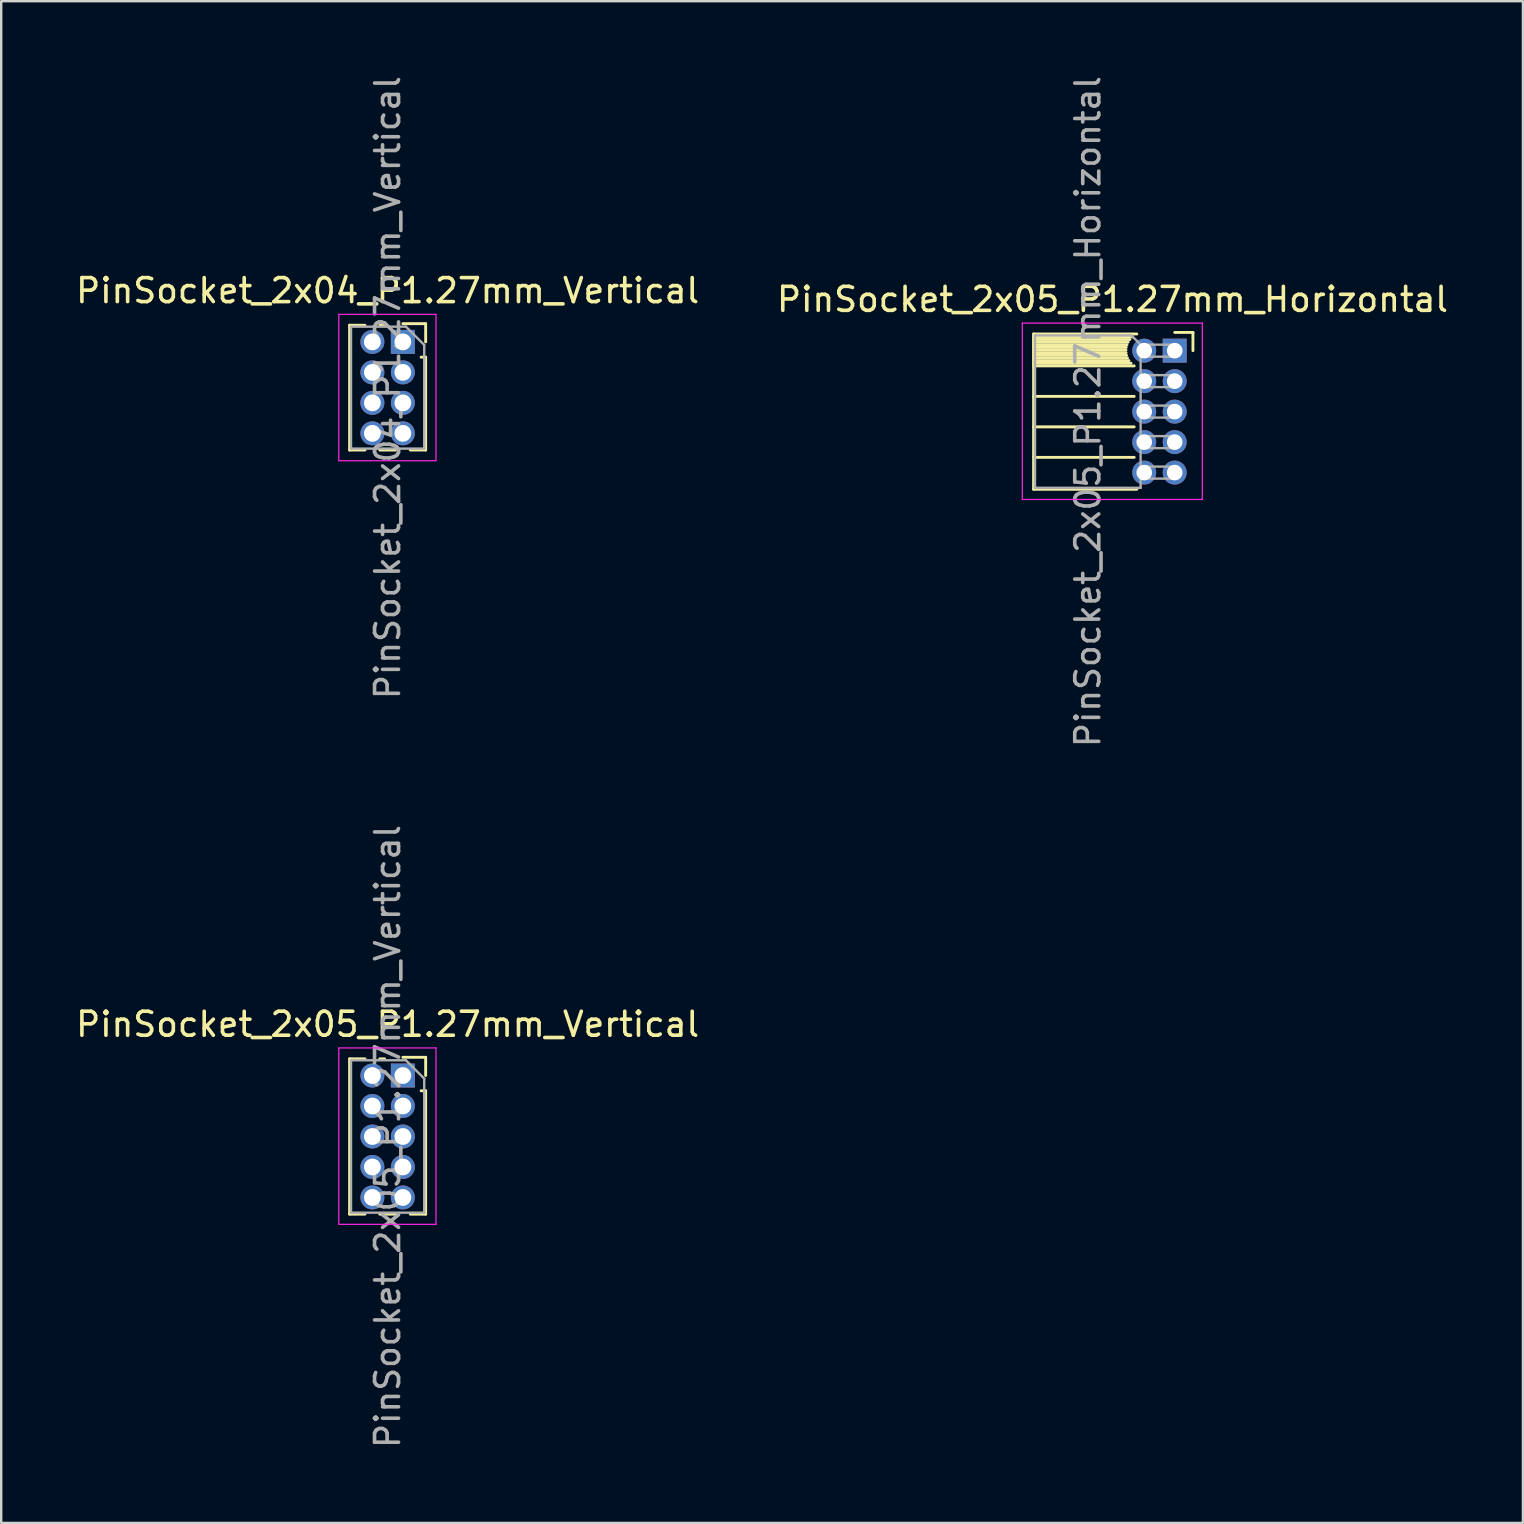
<source format=kicad_pcb>
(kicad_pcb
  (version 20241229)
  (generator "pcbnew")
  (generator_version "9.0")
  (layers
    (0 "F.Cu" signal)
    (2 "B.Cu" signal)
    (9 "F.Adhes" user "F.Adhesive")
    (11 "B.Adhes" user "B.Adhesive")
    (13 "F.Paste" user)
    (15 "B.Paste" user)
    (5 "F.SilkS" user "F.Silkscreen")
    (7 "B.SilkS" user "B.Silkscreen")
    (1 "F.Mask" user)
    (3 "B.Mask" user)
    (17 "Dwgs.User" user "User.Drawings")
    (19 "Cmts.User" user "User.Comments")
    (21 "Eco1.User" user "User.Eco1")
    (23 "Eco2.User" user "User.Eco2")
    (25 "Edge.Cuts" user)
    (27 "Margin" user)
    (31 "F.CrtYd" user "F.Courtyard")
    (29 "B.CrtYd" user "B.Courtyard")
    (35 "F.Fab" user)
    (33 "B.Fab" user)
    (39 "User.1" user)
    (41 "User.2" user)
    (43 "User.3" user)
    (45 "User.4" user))
  (footprint "PinSocket_2x04_P1.27mm_Vertical"
    (layer "F.Cu")
    (at 13.736 11.196)
    (property "Reference" "PinSocket_2x04_P1.27mm_Vertical" (at -0.635 -2.135 0) (layer "F.SilkS") (effects (font (size 1 1) (thickness 0.15))))
    (attr through_hole)
    (fp_line (start -2.22 -0.695) (end -2.22 4.505) (stroke (width 0.12) (type solid)) (layer "F.SilkS"))
    (fp_line (start -2.22 -0.695) (end -1.578 -0.695) (stroke (width 0.12) (type solid)) (layer "F.SilkS"))
    (fp_line (start -2.22 4.505) (end -1.578 4.505) (stroke (width 0.12) (type solid)) (layer "F.SilkS"))
    (fp_line (start -0.962 -0.695) (end -0.76 -0.695) (stroke (width 0.12) (type solid)) (layer "F.SilkS"))
    (fp_line (start -0.962 4.505) (end -0.308 4.505) (stroke (width 0.12) (type solid)) (layer "F.SilkS"))
    (fp_line (start 0 -0.76) (end 0.95 -0.76) (stroke (width 0.12) (type solid)) (layer "F.SilkS"))
    (fp_line (start 0.308 4.505) (end 0.95 4.505) (stroke (width 0.12) (type solid)) (layer "F.SilkS"))
    (fp_line (start 0.76 0.635) (end 0.95 0.635) (stroke (width 0.12) (type solid)) (layer "F.SilkS"))
    (fp_line (start 0.95 -0.76) (end 0.95 0) (stroke (width 0.12) (type solid)) (layer "F.SilkS"))
    (fp_line (start 0.95 0.635) (end 0.95 4.505) (stroke (width 0.12) (type solid)) (layer "F.SilkS"))
    (fp_line (start -2.67 -1.15) (end 1.38 -1.15) (stroke (width 0.05) (type solid)) (layer "F.CrtYd"))
    (fp_line (start -2.67 4.95) (end -2.67 -1.15) (stroke (width 0.05) (type solid)) (layer "F.CrtYd"))
    (fp_line (start 1.38 -1.15) (end 1.38 4.95) (stroke (width 0.05) (type solid)) (layer "F.CrtYd"))
    (fp_line (start 1.38 4.95) (end -2.67 4.95) (stroke (width 0.05) (type solid)) (layer "F.CrtYd"))
    (fp_line (start -2.16 -0.635) (end 0.128 -0.635) (stroke (width 0.1) (type solid)) (layer "F.Fab"))
    (fp_line (start -2.16 4.445) (end -2.16 -0.635) (stroke (width 0.1) (type solid)) (layer "F.Fab"))
    (fp_line (start 0.128 -0.635) (end 0.89 0.128) (stroke (width 0.1) (type solid)) (layer "F.Fab"))
    (fp_line (start 0.89 0.128) (end 0.89 4.445) (stroke (width 0.1) (type solid)) (layer "F.Fab"))
    (fp_line (start 0.89 4.445) (end -2.16 4.445) (stroke (width 0.1) (type solid)) (layer "F.Fab"))
    (fp_text user "${REFERENCE}" (at -0.635 1.905 90) (layer "F.Fab") (effects (font (size 1 1) (thickness 0.15))))
    (pad "1" thru_hole rect (at 0 0) (size 1 1) (drill 0.7) (layers "*.Cu" "*.Mask"))
    (pad "2" thru_hole oval (at -1.27 0) (size 1 1) (drill 0.7) (layers "*.Cu" "*.Mask"))
    (pad "3" thru_hole oval (at 0 1.27) (size 1 1) (drill 0.7) (layers "*.Cu" "*.Mask"))
    (pad "4" thru_hole oval (at -1.27 1.27) (size 1 1) (drill 0.7) (layers "*.Cu" "*.Mask"))
    (pad "5" thru_hole oval (at 0 2.54) (size 1 1) (drill 0.7) (layers "*.Cu" "*.Mask"))
    (pad "6" thru_hole oval (at -1.27 2.54) (size 1 1) (drill 0.7) (layers "*.Cu" "*.Mask"))
    (pad "7" thru_hole oval (at 0 3.81) (size 1 1) (drill 0.7) (layers "*.Cu" "*.Mask"))
    (pad "8" thru_hole oval (at -1.27 3.81) (size 1 1) (drill 0.7) (layers "*.Cu" "*.Mask")))
  (footprint "PinSocket_2x05_P1.27mm_Vertical"
    (layer "F.Cu")
    (at 13.736 41.764)
    (property "Reference" "PinSocket_2x05_P1.27mm_Vertical" (at -0.635 -2.135 0) (layer "F.SilkS") (effects (font (size 1 1) (thickness 0.15))))
    (attr through_hole)
    (fp_line (start -2.22 -0.695) (end -2.22 5.775) (stroke (width 0.12) (type solid)) (layer "F.SilkS"))
    (fp_line (start -2.22 -0.695) (end -1.578 -0.695) (stroke (width 0.12) (type solid)) (layer "F.SilkS"))
    (fp_line (start -2.22 5.775) (end -1.578 5.775) (stroke (width 0.12) (type solid)) (layer "F.SilkS"))
    (fp_line (start -0.962 -0.695) (end -0.76 -0.695) (stroke (width 0.12) (type solid)) (layer "F.SilkS"))
    (fp_line (start -0.962 5.775) (end -0.308 5.775) (stroke (width 0.12) (type solid)) (layer "F.SilkS"))
    (fp_line (start 0 -0.76) (end 0.95 -0.76) (stroke (width 0.12) (type solid)) (layer "F.SilkS"))
    (fp_line (start 0.308 5.775) (end 0.95 5.775) (stroke (width 0.12) (type solid)) (layer "F.SilkS"))
    (fp_line (start 0.76 0.635) (end 0.95 0.635) (stroke (width 0.12) (type solid)) (layer "F.SilkS"))
    (fp_line (start 0.95 -0.76) (end 0.95 0) (stroke (width 0.12) (type solid)) (layer "F.SilkS"))
    (fp_line (start 0.95 0.635) (end 0.95 5.775) (stroke (width 0.12) (type solid)) (layer "F.SilkS"))
    (fp_line (start -2.67 -1.15) (end 1.38 -1.15) (stroke (width 0.05) (type solid)) (layer "F.CrtYd"))
    (fp_line (start -2.67 6.2) (end -2.67 -1.15) (stroke (width 0.05) (type solid)) (layer "F.CrtYd"))
    (fp_line (start 1.38 -1.15) (end 1.38 6.2) (stroke (width 0.05) (type solid)) (layer "F.CrtYd"))
    (fp_line (start 1.38 6.2) (end -2.67 6.2) (stroke (width 0.05) (type solid)) (layer "F.CrtYd"))
    (fp_line (start -2.16 -0.635) (end 0.128 -0.635) (stroke (width 0.1) (type solid)) (layer "F.Fab"))
    (fp_line (start -2.16 5.715) (end -2.16 -0.635) (stroke (width 0.1) (type solid)) (layer "F.Fab"))
    (fp_line (start 0.128 -0.635) (end 0.89 0.128) (stroke (width 0.1) (type solid)) (layer "F.Fab"))
    (fp_line (start 0.89 0.128) (end 0.89 5.715) (stroke (width 0.1) (type solid)) (layer "F.Fab"))
    (fp_line (start 0.89 5.715) (end -2.16 5.715) (stroke (width 0.1) (type solid)) (layer "F.Fab"))
    (fp_text user "${REFERENCE}" (at -0.635 2.54 90) (layer "F.Fab") (effects (font (size 1 1) (thickness 0.15))))
    (pad "1" thru_hole rect (at 0 0) (size 1 1) (drill 0.7) (layers "*.Cu" "*.Mask"))
    (pad "2" thru_hole oval (at -1.27 0) (size 1 1) (drill 0.7) (layers "*.Cu" "*.Mask"))
    (pad "3" thru_hole oval (at 0 1.27) (size 1 1) (drill 0.7) (layers "*.Cu" "*.Mask"))
    (pad "4" thru_hole oval (at -1.27 1.27) (size 1 1) (drill 0.7) (layers "*.Cu" "*.Mask"))
    (pad "5" thru_hole oval (at 0 2.54) (size 1 1) (drill 0.7) (layers "*.Cu" "*.Mask"))
    (pad "6" thru_hole oval (at -1.27 2.54) (size 1 1) (drill 0.7) (layers "*.Cu" "*.Mask"))
    (pad "7" thru_hole oval (at 0 3.81) (size 1 1) (drill 0.7) (layers "*.Cu" "*.Mask"))
    (pad "8" thru_hole oval (at -1.27 3.81) (size 1 1) (drill 0.7) (layers "*.Cu" "*.Mask"))
    (pad "9" thru_hole oval (at 0 5.08) (size 1 1) (drill 0.7) (layers "*.Cu" "*.Mask"))
    (pad "10" thru_hole oval (at -1.27 5.08) (size 1 1) (drill 0.7) (layers "*.Cu" "*.Mask")))
  (footprint "PinSocket_2x05_P1.27mm_Horizontal"
    (layer "F.Cu")
    (at 45.896 11.561)
    (property "Reference" "PinSocket_2x05_P1.27mm_Horizontal" (at -2.592 -2.135 0) (layer "F.SilkS") (effects (font (size 1 1) (thickness 0.15))))
    (attr through_hole)
    (fp_line (start -5.88 -0.695) (end -5.88 5.775) (stroke (width 0.12) (type solid)) (layer "F.SilkS"))
    (fp_line (start -5.88 -0.695) (end -1.578 -0.695) (stroke (width 0.12) (type solid)) (layer "F.SilkS"))
    (fp_line (start -5.88 -0.575) (end -1.767 -0.575) (stroke (width 0.12) (type solid)) (layer "F.SilkS"))
    (fp_line (start -5.88 -0.465) (end -1.871 -0.465) (stroke (width 0.12) (type solid)) (layer "F.SilkS"))
    (fp_line (start -5.88 -0.355) (end -1.942 -0.355) (stroke (width 0.12) (type solid)) (layer "F.SilkS"))
    (fp_line (start -5.88 -0.245) (end -1.989 -0.245) (stroke (width 0.12) (type solid)) (layer "F.SilkS"))
    (fp_line (start -5.88 -0.135) (end -2.018 -0.135) (stroke (width 0.12) (type solid)) (layer "F.SilkS"))
    (fp_line (start -5.88 -0.025) (end -2.03 -0.025) (stroke (width 0.12) (type solid)) (layer "F.SilkS"))
    (fp_line (start -5.88 0.085) (end -2.025 0.085) (stroke (width 0.12) (type solid)) (layer "F.SilkS"))
    (fp_line (start -5.88 0.195) (end -2.005 0.195) (stroke (width 0.12) (type solid)) (layer "F.SilkS"))
    (fp_line (start -5.88 0.305) (end -1.966 0.305) (stroke (width 0.12) (type solid)) (layer "F.SilkS"))
    (fp_line (start -5.88 0.415) (end -1.907 0.415) (stroke (width 0.12) (type solid)) (layer "F.SilkS"))
    (fp_line (start -5.88 0.525) (end -1.82 0.525) (stroke (width 0.12) (type solid)) (layer "F.SilkS"))
    (fp_line (start -5.88 0.635) (end -1.688 0.635) (stroke (width 0.12) (type solid)) (layer "F.SilkS"))
    (fp_line (start -5.88 1.905) (end -1.688 1.905) (stroke (width 0.12) (type solid)) (layer "F.SilkS"))
    (fp_line (start -5.88 3.175) (end -1.688 3.175) (stroke (width 0.12) (type solid)) (layer "F.SilkS"))
    (fp_line (start -5.88 4.445) (end -1.688 4.445) (stroke (width 0.12) (type solid)) (layer "F.SilkS"))
    (fp_line (start -5.88 5.775) (end -1.578 5.775) (stroke (width 0.12) (type solid)) (layer "F.SilkS"))
    (fp_line (start 0 -0.76) (end 0.76 -0.76) (stroke (width 0.12) (type solid)) (layer "F.SilkS"))
    (fp_line (start 0.76 -0.76) (end 0.76 0) (stroke (width 0.12) (type solid)) (layer "F.SilkS"))
    (fp_line (start -6.35 -1.15) (end -6.35 6.2) (stroke (width 0.05) (type solid)) (layer "F.CrtYd"))
    (fp_line (start -6.35 6.2) (end 1.15 6.2) (stroke (width 0.05) (type solid)) (layer "F.CrtYd"))
    (fp_line (start 1.15 -1.15) (end -6.35 -1.15) (stroke (width 0.05) (type solid)) (layer "F.CrtYd"))
    (fp_line (start 1.15 6.2) (end 1.15 -1.15) (stroke (width 0.05) (type solid)) (layer "F.CrtYd"))
    (fp_line (start -5.82 -0.635) (end -1.805 -0.635) (stroke (width 0.1) (type solid)) (layer "F.Fab"))
    (fp_line (start -5.82 5.715) (end -5.82 -0.635) (stroke (width 0.1) (type solid)) (layer "F.Fab"))
    (fp_line (start -1.805 -0.635) (end -1.42 -0.25) (stroke (width 0.1) (type solid)) (layer "F.Fab"))
    (fp_line (start -1.42 -0.25) (end -1.42 5.715) (stroke (width 0.1) (type solid)) (layer "F.Fab"))
    (fp_line (start -1.42 0.25) (end 0 0.25) (stroke (width 0.1) (type solid)) (layer "F.Fab"))
    (fp_line (start -1.42 1.52) (end 0 1.52) (stroke (width 0.1) (type solid)) (layer "F.Fab"))
    (fp_line (start -1.42 2.79) (end 0 2.79) (stroke (width 0.1) (type solid)) (layer "F.Fab"))
    (fp_line (start -1.42 4.06) (end 0 4.06) (stroke (width 0.1) (type solid)) (layer "F.Fab"))
    (fp_line (start -1.42 5.33) (end 0 5.33) (stroke (width 0.1) (type solid)) (layer "F.Fab"))
    (fp_line (start -1.42 5.715) (end -5.82 5.715) (stroke (width 0.1) (type solid)) (layer "F.Fab"))
    (fp_line (start 0 -0.25) (end -1.42 -0.25) (stroke (width 0.1) (type solid)) (layer "F.Fab"))
    (fp_line (start 0 0.25) (end 0 -0.25) (stroke (width 0.1) (type solid)) (layer "F.Fab"))
    (fp_line (start 0 1.02) (end -1.42 1.02) (stroke (width 0.1) (type solid)) (layer "F.Fab"))
    (fp_line (start 0 1.52) (end 0 1.02) (stroke (width 0.1) (type solid)) (layer "F.Fab"))
    (fp_line (start 0 2.29) (end -1.42 2.29) (stroke (width 0.1) (type solid)) (layer "F.Fab"))
    (fp_line (start 0 2.79) (end 0 2.29) (stroke (width 0.1) (type solid)) (layer "F.Fab"))
    (fp_line (start 0 3.56) (end -1.42 3.56) (stroke (width 0.1) (type solid)) (layer "F.Fab"))
    (fp_line (start 0 4.06) (end 0 3.56) (stroke (width 0.1) (type solid)) (layer "F.Fab"))
    (fp_line (start 0 4.83) (end -1.42 4.83) (stroke (width 0.1) (type solid)) (layer "F.Fab"))
    (fp_line (start 0 5.33) (end 0 4.83) (stroke (width 0.1) (type solid)) (layer "F.Fab"))
    (fp_text user "${REFERENCE}" (at -3.62 2.54 90) (layer "F.Fab") (effects (font (size 1 1) (thickness 0.15))))
    (pad "1" thru_hole rect (at 0 0) (size 1 1) (drill 0.65) (layers "*.Cu" "*.Mask"))
    (pad "2" thru_hole oval (at -1.27 0) (size 1 1) (drill 0.65) (layers "*.Cu" "*.Mask"))
    (pad "3" thru_hole oval (at 0 1.27) (size 1 1) (drill 0.65) (layers "*.Cu" "*.Mask"))
    (pad "4" thru_hole oval (at -1.27 1.27) (size 1 1) (drill 0.65) (layers "*.Cu" "*.Mask"))
    (pad "5" thru_hole oval (at 0 2.54) (size 1 1) (drill 0.65) (layers "*.Cu" "*.Mask"))
    (pad "6" thru_hole oval (at -1.27 2.54) (size 1 1) (drill 0.65) (layers "*.Cu" "*.Mask"))
    (pad "7" thru_hole oval (at 0 3.81) (size 1 1) (drill 0.65) (layers "*.Cu" "*.Mask"))
    (pad "8" thru_hole oval (at -1.27 3.81) (size 1 1) (drill 0.65) (layers "*.Cu" "*.Mask"))
    (pad "9" thru_hole oval (at 0 5.08) (size 1 1) (drill 0.65) (layers "*.Cu" "*.Mask"))
    (pad "10" thru_hole oval (at -1.27 5.08) (size 1 1) (drill 0.65) (layers "*.Cu" "*.Mask")))
  (gr_rect
    (start -3 -3)
    (end 60.405 60.405)
    (stroke (width 0.1) (type default))
    (fill no)
    (layer "Edge.Cuts")))
</source>
